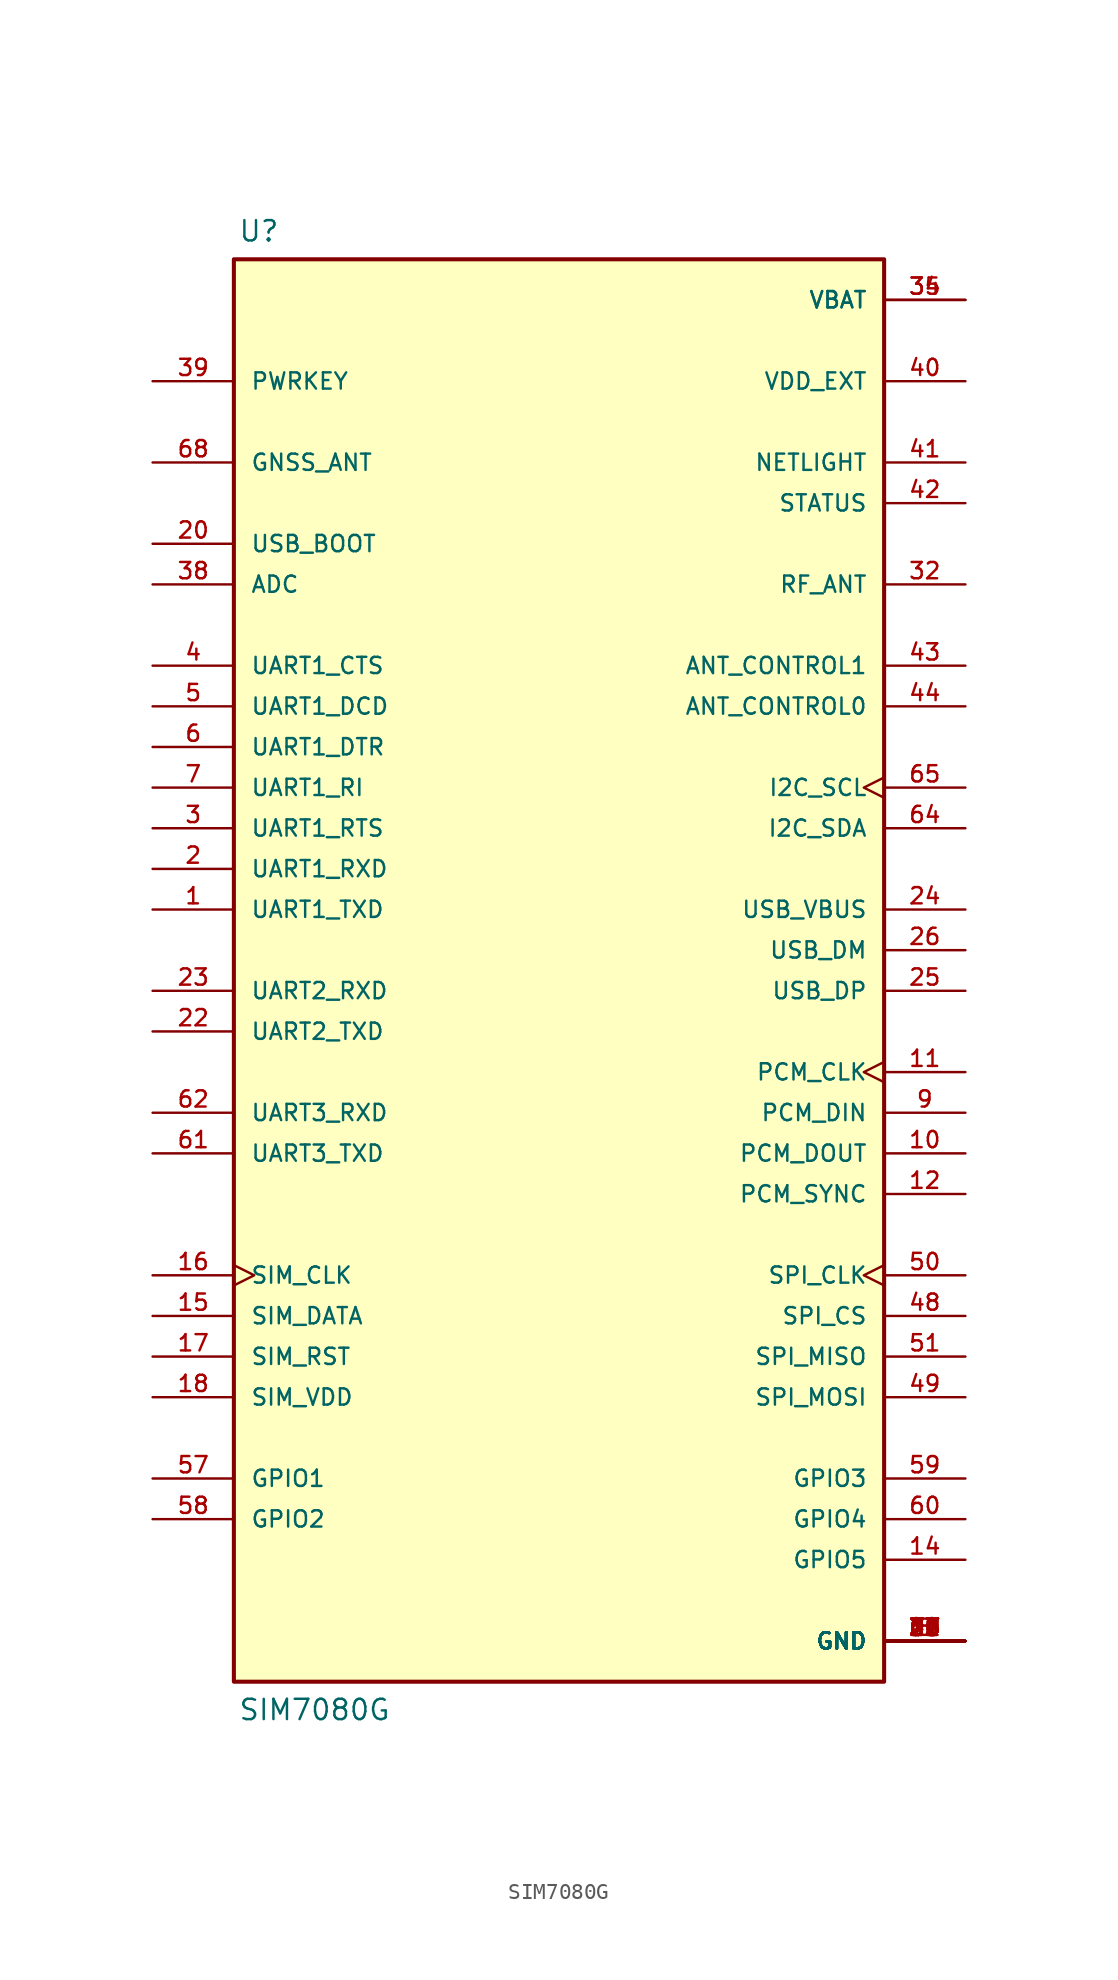
<source format=kicad_sym>
(kicad_symbol_lib
  (version 20211014)
  (generator kicad_symbol_editor)
  (symbol "SIM7080G"
    (pin_names
      (offset 1.016))
    (property "Reference" "U"
      (at -20.066 44.196 0)
      (effects (font (size 1.27 1.27)) (justify left bottom)))
    (property "Value" "SIM7080G"
      (at -20.066 -46.736 0)
      (effects (font (size 1.27 1.27)) (justify left top)))
    (symbol "SIM7080G_0_0"
      (rectangle (start -20.32 -45.72) (end 20.32 43.18) (stroke (width 0.254) (type default) (color 0 0 0 0)) (fill (type background)))
      (pin output line (at -25.4 2.54 0) (length 5.08) (name "UART1_TXD" (effects (font (size 1.016 1.016)))) (number "1" (effects (font (size 1.016 1.016)))))
      (pin output line (at 25.4 -12.7 180) (length 5.08) (name "PCM_DOUT" (effects (font (size 1.016 1.016)))) (number "10" (effects (font (size 1.016 1.016)))))
      (pin output clock (at 25.4 -7.62 180) (length 5.08) (name "PCM_CLK" (effects (font (size 1.016 1.016)))) (number "11" (effects (font (size 1.016 1.016)))))
      (pin output line (at 25.4 -15.24 180) (length 5.08) (name "PCM_SYNC" (effects (font (size 1.016 1.016)))) (number "12" (effects (font (size 1.016 1.016)))))
      (pin power_in line (at 25.4 -43.18 180) (length 5.08) (name "GND" (effects (font (size 1.016 1.016)))) (number "13" (effects (font (size 1.016 1.016)))))
      (pin bidirectional line (at 25.4 -38.1 180) (length 5.08) (name "GPIO5" (effects (font (size 1.016 1.016)))) (number "14" (effects (font (size 1.016 1.016)))))
      (pin bidirectional line (at -25.4 -22.86 0) (length 5.08) (name "SIM_DATA" (effects (font (size 1.016 1.016)))) (number "15" (effects (font (size 1.016 1.016)))))
      (pin output clock (at -25.4 -20.32 0) (length 5.08) (name "SIM_CLK" (effects (font (size 1.016 1.016)))) (number "16" (effects (font (size 1.016 1.016)))))
      (pin output line (at -25.4 -25.4 0) (length 5.08) (name "SIM_RST" (effects (font (size 1.016 1.016)))) (number "17" (effects (font (size 1.016 1.016)))))
      (pin output line (at -25.4 -27.94 0) (length 5.08) (name "SIM_VDD" (effects (font (size 1.016 1.016)))) (number "18" (effects (font (size 1.016 1.016)))))
      (pin power_in line (at 25.4 -43.18 180) (length 5.08) (name "GND" (effects (font (size 1.016 1.016)))) (number "19" (effects (font (size 1.016 1.016)))))
      (pin input line (at -25.4 5.08 0) (length 5.08) (name "UART1_RXD" (effects (font (size 1.016 1.016)))) (number "2" (effects (font (size 1.016 1.016)))))
      (pin input line (at -25.4 25.4 0) (length 5.08) (name "USB_BOOT" (effects (font (size 1.016 1.016)))) (number "20" (effects (font (size 1.016 1.016)))))
      (pin power_in line (at 25.4 -43.18 180) (length 5.08) (name "GND" (effects (font (size 1.016 1.016)))) (number "21" (effects (font (size 1.016 1.016)))))
      (pin output line (at -25.4 -5.08 0) (length 5.08) (name "UART2_TXD" (effects (font (size 1.016 1.016)))) (number "22" (effects (font (size 1.016 1.016)))))
      (pin input line (at -25.4 -2.54 0) (length 5.08) (name "UART2_RXD" (effects (font (size 1.016 1.016)))) (number "23" (effects (font (size 1.016 1.016)))))
      (pin input line (at 25.4 2.54 180) (length 5.08) (name "USB_VBUS" (effects (font (size 1.016 1.016)))) (number "24" (effects (font (size 1.016 1.016)))))
      (pin bidirectional line (at 25.4 -2.54 180) (length 5.08) (name "USB_DP" (effects (font (size 1.016 1.016)))) (number "25" (effects (font (size 1.016 1.016)))))
      (pin bidirectional line (at 25.4 0 180) (length 5.08) (name "USB_DM" (effects (font (size 1.016 1.016)))) (number "26" (effects (font (size 1.016 1.016)))))
      (pin power_in line (at 25.4 -43.18 180) (length 5.08) (name "GND" (effects (font (size 1.016 1.016)))) (number "27" (effects (font (size 1.016 1.016)))))
      (pin input line (at -25.4 7.62 0) (length 5.08) (name "UART1_RTS" (effects (font (size 1.016 1.016)))) (number "3" (effects (font (size 1.016 1.016)))))
      (pin power_in line (at 25.4 -43.18 180) (length 5.08) (name "GND" (effects (font (size 1.016 1.016)))) (number "30" (effects (font (size 1.016 1.016)))))
      (pin power_in line (at 25.4 -43.18 180) (length 5.08) (name "GND" (effects (font (size 1.016 1.016)))) (number "31" (effects (font (size 1.016 1.016)))))
      (pin bidirectional line (at 25.4 22.86 180) (length 5.08) (name "RF_ANT" (effects (font (size 1.016 1.016)))) (number "32" (effects (font (size 1.016 1.016)))))
      (pin power_in line (at 25.4 -43.18 180) (length 5.08) (name "GND" (effects (font (size 1.016 1.016)))) (number "33" (effects (font (size 1.016 1.016)))))
      (pin power_in line (at 25.4 40.64 180) (length 5.08) (name "VBAT" (effects (font (size 1.016 1.016)))) (number "34" (effects (font (size 1.016 1.016)))))
      (pin power_in line (at 25.4 40.64 180) (length 5.08) (name "VBAT" (effects (font (size 1.016 1.016)))) (number "35" (effects (font (size 1.016 1.016)))))
      (pin power_in line (at 25.4 -43.18 180) (length 5.08) (name "GND" (effects (font (size 1.016 1.016)))) (number "36" (effects (font (size 1.016 1.016)))))
      (pin power_in line (at 25.4 -43.18 180) (length 5.08) (name "GND" (effects (font (size 1.016 1.016)))) (number "37" (effects (font (size 1.016 1.016)))))
      (pin input line (at -25.4 22.86 0) (length 5.08) (name "ADC" (effects (font (size 1.016 1.016)))) (number "38" (effects (font (size 1.016 1.016)))))
      (pin input line (at -25.4 35.56 0) (length 5.08) (name "PWRKEY" (effects (font (size 1.016 1.016)))) (number "39" (effects (font (size 1.016 1.016)))))
      (pin output line (at -25.4 17.78 0) (length 5.08) (name "UART1_CTS" (effects (font (size 1.016 1.016)))) (number "4" (effects (font (size 1.016 1.016)))))
      (pin output line (at 25.4 35.56 180) (length 5.08) (name "VDD_EXT" (effects (font (size 1.016 1.016)))) (number "40" (effects (font (size 1.016 1.016)))))
      (pin output line (at 25.4 30.48 180) (length 5.08) (name "NETLIGHT" (effects (font (size 1.016 1.016)))) (number "41" (effects (font (size 1.016 1.016)))))
      (pin output line (at 25.4 27.94 180) (length 5.08) (name "STATUS" (effects (font (size 1.016 1.016)))) (number "42" (effects (font (size 1.016 1.016)))))
      (pin bidirectional line (at 25.4 17.78 180) (length 5.08) (name "ANT_CONTROL1" (effects (font (size 1.016 1.016)))) (number "43" (effects (font (size 1.016 1.016)))))
      (pin output line (at 25.4 15.24 180) (length 5.08) (name "ANT_CONTROL0" (effects (font (size 1.016 1.016)))) (number "44" (effects (font (size 1.016 1.016)))))
      (pin power_in line (at 25.4 -43.18 180) (length 5.08) (name "GND" (effects (font (size 1.016 1.016)))) (number "45" (effects (font (size 1.016 1.016)))))
      (pin output line (at 25.4 -22.86 180) (length 5.08) (name "SPI_CS" (effects (font (size 1.016 1.016)))) (number "48" (effects (font (size 1.016 1.016)))))
      (pin output line (at 25.4 -27.94 180) (length 5.08) (name "SPI_MOSI" (effects (font (size 1.016 1.016)))) (number "49" (effects (font (size 1.016 1.016)))))
      (pin output line (at -25.4 15.24 0) (length 5.08) (name "UART1_DCD" (effects (font (size 1.016 1.016)))) (number "5" (effects (font (size 1.016 1.016)))))
      (pin output clock (at 25.4 -20.32 180) (length 5.08) (name "SPI_CLK" (effects (font (size 1.016 1.016)))) (number "50" (effects (font (size 1.016 1.016)))))
      (pin input line (at 25.4 -25.4 180) (length 5.08) (name "SPI_MISO" (effects (font (size 1.016 1.016)))) (number "51" (effects (font (size 1.016 1.016)))))
      (pin bidirectional line (at -25.4 -33.02 0) (length 5.08) (name "GPIO1" (effects (font (size 1.016 1.016)))) (number "57" (effects (font (size 1.016 1.016)))))
      (pin bidirectional line (at -25.4 -35.56 0) (length 5.08) (name "GPIO2" (effects (font (size 1.016 1.016)))) (number "58" (effects (font (size 1.016 1.016)))))
      (pin bidirectional line (at 25.4 -33.02 180) (length 5.08) (name "GPIO3" (effects (font (size 1.016 1.016)))) (number "59" (effects (font (size 1.016 1.016)))))
      (pin input line (at -25.4 12.7 0) (length 5.08) (name "UART1_DTR" (effects (font (size 1.016 1.016)))) (number "6" (effects (font (size 1.016 1.016)))))
      (pin bidirectional line (at 25.4 -35.56 180) (length 5.08) (name "GPIO4" (effects (font (size 1.016 1.016)))) (number "60" (effects (font (size 1.016 1.016)))))
      (pin output line (at -25.4 -12.7 0) (length 5.08) (name "UART3_TXD" (effects (font (size 1.016 1.016)))) (number "61" (effects (font (size 1.016 1.016)))))
      (pin input line (at -25.4 -10.16 0) (length 5.08) (name "UART3_RXD" (effects (font (size 1.016 1.016)))) (number "62" (effects (font (size 1.016 1.016)))))
      (pin power_in line (at 25.4 -43.18 180) (length 5.08) (name "GND" (effects (font (size 1.016 1.016)))) (number "63" (effects (font (size 1.016 1.016)))))
      (pin bidirectional line (at 25.4 7.62 180) (length 5.08) (name "I2C_SDA" (effects (font (size 1.016 1.016)))) (number "64" (effects (font (size 1.016 1.016)))))
      (pin output clock (at 25.4 10.16 180) (length 5.08) (name "I2C_SCL" (effects (font (size 1.016 1.016)))) (number "65" (effects (font (size 1.016 1.016)))))
      (pin power_in line (at 25.4 -43.18 180) (length 5.08) (name "GND" (effects (font (size 1.016 1.016)))) (number "66" (effects (font (size 1.016 1.016)))))
      (pin power_in line (at 25.4 -43.18 180) (length 5.08) (name "GND" (effects (font (size 1.016 1.016)))) (number "67" (effects (font (size 1.016 1.016)))))
      (pin input line (at -25.4 30.48 0) (length 5.08) (name "GNSS_ANT" (effects (font (size 1.016 1.016)))) (number "68" (effects (font (size 1.016 1.016)))))
      (pin power_in line (at 25.4 -43.18 180) (length 5.08) (name "GND" (effects (font (size 1.016 1.016)))) (number "69" (effects (font (size 1.016 1.016)))))
      (pin output line (at -25.4 10.16 0) (length 5.08) (name "UART1_RI" (effects (font (size 1.016 1.016)))) (number "7" (effects (font (size 1.016 1.016)))))
      (pin power_in line (at 25.4 -43.18 180) (length 5.08) (name "GND" (effects (font (size 1.016 1.016)))) (number "70" (effects (font (size 1.016 1.016)))))
      (pin power_in line (at 25.4 -43.18 180) (length 5.08) (name "GND" (effects (font (size 1.016 1.016)))) (number "71" (effects (font (size 1.016 1.016)))))
      (pin power_in line (at 25.4 -43.18 180) (length 5.08) (name "GND" (effects (font (size 1.016 1.016)))) (number "72" (effects (font (size 1.016 1.016)))))
      (pin power_in line (at 25.4 -43.18 180) (length 5.08) (name "GND" (effects (font (size 1.016 1.016)))) (number "73" (effects (font (size 1.016 1.016)))))
      (pin power_in line (at 25.4 -43.18 180) (length 5.08) (name "GND" (effects (font (size 1.016 1.016)))) (number "74" (effects (font (size 1.016 1.016)))))
      (pin power_in line (at 25.4 -43.18 180) (length 5.08) (name "GND" (effects (font (size 1.016 1.016)))) (number "75" (effects (font (size 1.016 1.016)))))
      (pin power_in line (at 25.4 -43.18 180) (length 5.08) (name "GND" (effects (font (size 1.016 1.016)))) (number "76" (effects (font (size 1.016 1.016)))))
      (pin power_in line (at 25.4 -43.18 180) (length 5.08) (name "GND" (effects (font (size 1.016 1.016)))) (number "77" (effects (font (size 1.016 1.016)))))
      (pin power_in line (at 25.4 -43.18 180) (length 5.08) (name "GND" (effects (font (size 1.016 1.016)))) (number "8" (effects (font (size 1.016 1.016)))))
      (pin input line (at 25.4 -10.16 180) (length 5.08) (name "PCM_DIN" (effects (font (size 1.016 1.016)))) (number "9" (effects (font (size 1.016 1.016))))))))
</source>
